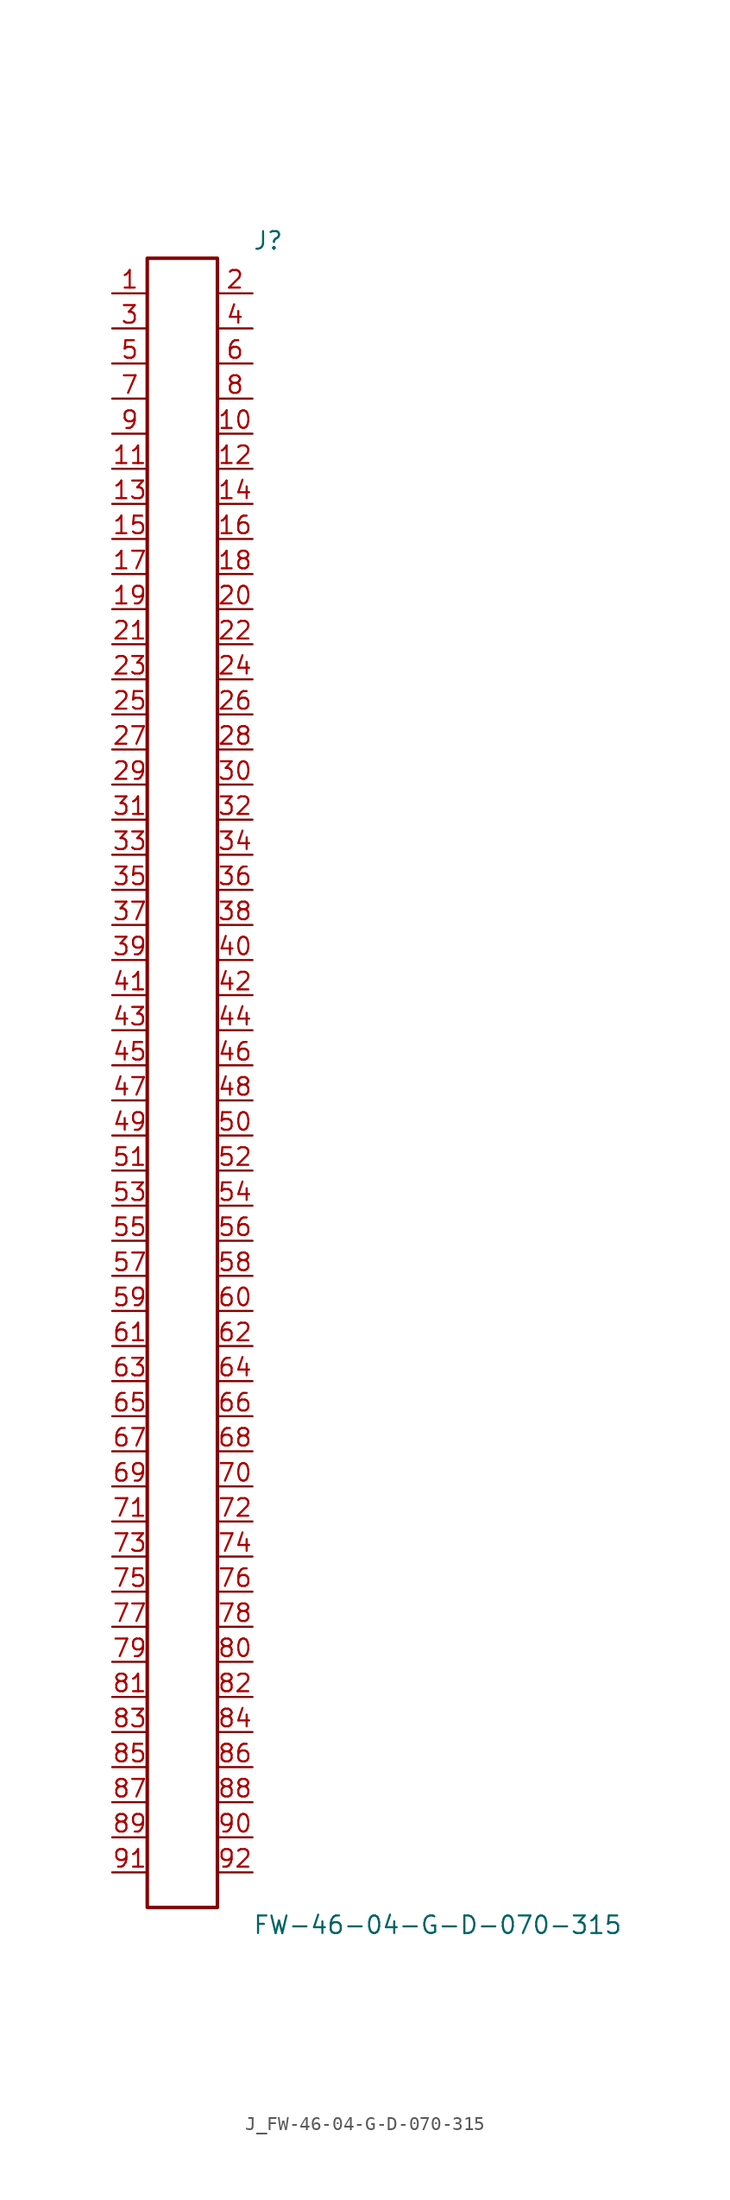
<source format=kicad_sym>
(kicad_symbol_lib
  (version 20231120)
  (generator kicad_symbol_editor)
  (generator_version 8.0)
  (symbol "J_FW-46-04-G-D-070-315"
    (pin_names
      (offset 0.254))
    (property "Reference" "J"
      (at 5.08 60.96 0)
      (effects (font (size 1.27 1.27)) (justify left)))
    (property "Value" "FW-46-04-G-D-070-315"
      (at 5.08 -60.96 0)
      (effects (font (size 1.27 1.27)) (justify left)))
    (symbol "J_FW-46-04-G-D-070-315_0_0"
      (pin passive line (at -5.08 57.15 0) (length 2.54) (name "" (effects (font (size 1.27 1.27)))) (number "1" (effects (font (size 1.27 1.27)))))
      (pin passive line (at 5.08 57.15 180) (length 2.54) (name "" (effects (font (size 1.27 1.27)))) (number "2" (effects (font (size 1.27 1.27)))))
      (pin passive line (at -5.08 54.61 0) (length 2.54) (name "" (effects (font (size 1.27 1.27)))) (number "3" (effects (font (size 1.27 1.27)))))
      (pin passive line (at 5.08 54.61 180) (length 2.54) (name "" (effects (font (size 1.27 1.27)))) (number "4" (effects (font (size 1.27 1.27)))))
      (pin passive line (at -5.08 52.07 0) (length 2.54) (name "" (effects (font (size 1.27 1.27)))) (number "5" (effects (font (size 1.27 1.27)))))
      (pin passive line (at 5.08 52.07 180) (length 2.54) (name "" (effects (font (size 1.27 1.27)))) (number "6" (effects (font (size 1.27 1.27)))))
      (pin passive line (at -5.08 49.53 0) (length 2.54) (name "" (effects (font (size 1.27 1.27)))) (number "7" (effects (font (size 1.27 1.27)))))
      (pin passive line (at 5.08 49.53 180) (length 2.54) (name "" (effects (font (size 1.27 1.27)))) (number "8" (effects (font (size 1.27 1.27)))))
      (pin passive line (at -5.08 46.99 0) (length 2.54) (name "" (effects (font (size 1.27 1.27)))) (number "9" (effects (font (size 1.27 1.27)))))
      (pin passive line (at 5.08 46.99 180) (length 2.54) (name "" (effects (font (size 1.27 1.27)))) (number "10" (effects (font (size 1.27 1.27)))))
      (pin passive line (at -5.08 44.45 0) (length 2.54) (name "" (effects (font (size 1.27 1.27)))) (number "11" (effects (font (size 1.27 1.27)))))
      (pin passive line (at 5.08 44.45 180) (length 2.54) (name "" (effects (font (size 1.27 1.27)))) (number "12" (effects (font (size 1.27 1.27)))))
      (pin passive line (at -5.08 41.91 0) (length 2.54) (name "" (effects (font (size 1.27 1.27)))) (number "13" (effects (font (size 1.27 1.27)))))
      (pin passive line (at 5.08 41.91 180) (length 2.54) (name "" (effects (font (size 1.27 1.27)))) (number "14" (effects (font (size 1.27 1.27)))))
      (pin passive line (at -5.08 39.37 0) (length 2.54) (name "" (effects (font (size 1.27 1.27)))) (number "15" (effects (font (size 1.27 1.27)))))
      (pin passive line (at 5.08 39.37 180) (length 2.54) (name "" (effects (font (size 1.27 1.27)))) (number "16" (effects (font (size 1.27 1.27)))))
      (pin passive line (at -5.08 36.83 0) (length 2.54) (name "" (effects (font (size 1.27 1.27)))) (number "17" (effects (font (size 1.27 1.27)))))
      (pin passive line (at 5.08 36.83 180) (length 2.54) (name "" (effects (font (size 1.27 1.27)))) (number "18" (effects (font (size 1.27 1.27)))))
      (pin passive line (at -5.08 34.29 0) (length 2.54) (name "" (effects (font (size 1.27 1.27)))) (number "19" (effects (font (size 1.27 1.27)))))
      (pin passive line (at 5.08 34.29 180) (length 2.54) (name "" (effects (font (size 1.27 1.27)))) (number "20" (effects (font (size 1.27 1.27)))))
      (pin passive line (at -5.08 31.75 0) (length 2.54) (name "" (effects (font (size 1.27 1.27)))) (number "21" (effects (font (size 1.27 1.27)))))
      (pin passive line (at 5.08 31.75 180) (length 2.54) (name "" (effects (font (size 1.27 1.27)))) (number "22" (effects (font (size 1.27 1.27)))))
      (pin passive line (at -5.08 29.21 0) (length 2.54) (name "" (effects (font (size 1.27 1.27)))) (number "23" (effects (font (size 1.27 1.27)))))
      (pin passive line (at 5.08 29.21 180) (length 2.54) (name "" (effects (font (size 1.27 1.27)))) (number "24" (effects (font (size 1.27 1.27)))))
      (pin passive line (at -5.08 26.67 0) (length 2.54) (name "" (effects (font (size 1.27 1.27)))) (number "25" (effects (font (size 1.27 1.27)))))
      (pin passive line (at 5.08 26.67 180) (length 2.54) (name "" (effects (font (size 1.27 1.27)))) (number "26" (effects (font (size 1.27 1.27)))))
      (pin passive line (at -5.08 24.13 0) (length 2.54) (name "" (effects (font (size 1.27 1.27)))) (number "27" (effects (font (size 1.27 1.27)))))
      (pin passive line (at 5.08 24.13 180) (length 2.54) (name "" (effects (font (size 1.27 1.27)))) (number "28" (effects (font (size 1.27 1.27)))))
      (pin passive line (at -5.08 21.59 0) (length 2.54) (name "" (effects (font (size 1.27 1.27)))) (number "29" (effects (font (size 1.27 1.27)))))
      (pin passive line (at 5.08 21.59 180) (length 2.54) (name "" (effects (font (size 1.27 1.27)))) (number "30" (effects (font (size 1.27 1.27)))))
      (pin passive line (at -5.08 19.05 0) (length 2.54) (name "" (effects (font (size 1.27 1.27)))) (number "31" (effects (font (size 1.27 1.27)))))
      (pin passive line (at 5.08 19.05 180) (length 2.54) (name "" (effects (font (size 1.27 1.27)))) (number "32" (effects (font (size 1.27 1.27)))))
      (pin passive line (at -5.08 16.51 0) (length 2.54) (name "" (effects (font (size 1.27 1.27)))) (number "33" (effects (font (size 1.27 1.27)))))
      (pin passive line (at 5.08 16.51 180) (length 2.54) (name "" (effects (font (size 1.27 1.27)))) (number "34" (effects (font (size 1.27 1.27)))))
      (pin passive line (at -5.08 13.97 0) (length 2.54) (name "" (effects (font (size 1.27 1.27)))) (number "35" (effects (font (size 1.27 1.27)))))
      (pin passive line (at 5.08 13.97 180) (length 2.54) (name "" (effects (font (size 1.27 1.27)))) (number "36" (effects (font (size 1.27 1.27)))))
      (pin passive line (at -5.08 11.43 0) (length 2.54) (name "" (effects (font (size 1.27 1.27)))) (number "37" (effects (font (size 1.27 1.27)))))
      (pin passive line (at 5.08 11.43 180) (length 2.54) (name "" (effects (font (size 1.27 1.27)))) (number "38" (effects (font (size 1.27 1.27)))))
      (pin passive line (at -5.08 8.89 0) (length 2.54) (name "" (effects (font (size 1.27 1.27)))) (number "39" (effects (font (size 1.27 1.27)))))
      (pin passive line (at 5.08 8.89 180) (length 2.54) (name "" (effects (font (size 1.27 1.27)))) (number "40" (effects (font (size 1.27 1.27)))))
      (pin passive line (at -5.08 6.35 0) (length 2.54) (name "" (effects (font (size 1.27 1.27)))) (number "41" (effects (font (size 1.27 1.27)))))
      (pin passive line (at 5.08 6.35 180) (length 2.54) (name "" (effects (font (size 1.27 1.27)))) (number "42" (effects (font (size 1.27 1.27)))))
      (pin passive line (at -5.08 3.81 0) (length 2.54) (name "" (effects (font (size 1.27 1.27)))) (number "43" (effects (font (size 1.27 1.27)))))
      (pin passive line (at 5.08 3.81 180) (length 2.54) (name "" (effects (font (size 1.27 1.27)))) (number "44" (effects (font (size 1.27 1.27)))))
      (pin passive line (at -5.08 1.27 0) (length 2.54) (name "" (effects (font (size 1.27 1.27)))) (number "45" (effects (font (size 1.27 1.27)))))
      (pin passive line (at 5.08 1.27 180) (length 2.54) (name "" (effects (font (size 1.27 1.27)))) (number "46" (effects (font (size 1.27 1.27)))))
      (pin passive line (at -5.08 -1.27 0) (length 2.54) (name "" (effects (font (size 1.27 1.27)))) (number "47" (effects (font (size 1.27 1.27)))))
      (pin passive line (at 5.08 -1.27 180) (length 2.54) (name "" (effects (font (size 1.27 1.27)))) (number "48" (effects (font (size 1.27 1.27)))))
      (pin passive line (at -5.08 -3.81 0) (length 2.54) (name "" (effects (font (size 1.27 1.27)))) (number "49" (effects (font (size 1.27 1.27)))))
      (pin passive line (at 5.08 -3.81 180) (length 2.54) (name "" (effects (font (size 1.27 1.27)))) (number "50" (effects (font (size 1.27 1.27)))))
      (pin passive line (at -5.08 -6.35 0) (length 2.54) (name "" (effects (font (size 1.27 1.27)))) (number "51" (effects (font (size 1.27 1.27)))))
      (pin passive line (at 5.08 -6.35 180) (length 2.54) (name "" (effects (font (size 1.27 1.27)))) (number "52" (effects (font (size 1.27 1.27)))))
      (pin passive line (at -5.08 -8.89 0) (length 2.54) (name "" (effects (font (size 1.27 1.27)))) (number "53" (effects (font (size 1.27 1.27)))))
      (pin passive line (at 5.08 -8.89 180) (length 2.54) (name "" (effects (font (size 1.27 1.27)))) (number "54" (effects (font (size 1.27 1.27)))))
      (pin passive line (at -5.08 -11.43 0) (length 2.54) (name "" (effects (font (size 1.27 1.27)))) (number "55" (effects (font (size 1.27 1.27)))))
      (pin passive line (at 5.08 -11.43 180) (length 2.54) (name "" (effects (font (size 1.27 1.27)))) (number "56" (effects (font (size 1.27 1.27)))))
      (pin passive line (at -5.08 -13.97 0) (length 2.54) (name "" (effects (font (size 1.27 1.27)))) (number "57" (effects (font (size 1.27 1.27)))))
      (pin passive line (at 5.08 -13.97 180) (length 2.54) (name "" (effects (font (size 1.27 1.27)))) (number "58" (effects (font (size 1.27 1.27)))))
      (pin passive line (at -5.08 -16.51 0) (length 2.54) (name "" (effects (font (size 1.27 1.27)))) (number "59" (effects (font (size 1.27 1.27)))))
      (pin passive line (at 5.08 -16.51 180) (length 2.54) (name "" (effects (font (size 1.27 1.27)))) (number "60" (effects (font (size 1.27 1.27)))))
      (pin passive line (at -5.08 -19.05 0) (length 2.54) (name "" (effects (font (size 1.27 1.27)))) (number "61" (effects (font (size 1.27 1.27)))))
      (pin passive line (at 5.08 -19.05 180) (length 2.54) (name "" (effects (font (size 1.27 1.27)))) (number "62" (effects (font (size 1.27 1.27)))))
      (pin passive line (at -5.08 -21.59 0) (length 2.54) (name "" (effects (font (size 1.27 1.27)))) (number "63" (effects (font (size 1.27 1.27)))))
      (pin passive line (at 5.08 -21.59 180) (length 2.54) (name "" (effects (font (size 1.27 1.27)))) (number "64" (effects (font (size 1.27 1.27)))))
      (pin passive line (at -5.08 -24.13 0) (length 2.54) (name "" (effects (font (size 1.27 1.27)))) (number "65" (effects (font (size 1.27 1.27)))))
      (pin passive line (at 5.08 -24.13 180) (length 2.54) (name "" (effects (font (size 1.27 1.27)))) (number "66" (effects (font (size 1.27 1.27)))))
      (pin passive line (at -5.08 -26.67 0) (length 2.54) (name "" (effects (font (size 1.27 1.27)))) (number "67" (effects (font (size 1.27 1.27)))))
      (pin passive line (at 5.08 -26.67 180) (length 2.54) (name "" (effects (font (size 1.27 1.27)))) (number "68" (effects (font (size 1.27 1.27)))))
      (pin passive line (at -5.08 -29.21 0) (length 2.54) (name "" (effects (font (size 1.27 1.27)))) (number "69" (effects (font (size 1.27 1.27)))))
      (pin passive line (at 5.08 -29.21 180) (length 2.54) (name "" (effects (font (size 1.27 1.27)))) (number "70" (effects (font (size 1.27 1.27)))))
      (pin passive line (at -5.08 -31.75 0) (length 2.54) (name "" (effects (font (size 1.27 1.27)))) (number "71" (effects (font (size 1.27 1.27)))))
      (pin passive line (at 5.08 -31.75 180) (length 2.54) (name "" (effects (font (size 1.27 1.27)))) (number "72" (effects (font (size 1.27 1.27)))))
      (pin passive line (at -5.08 -34.29 0) (length 2.54) (name "" (effects (font (size 1.27 1.27)))) (number "73" (effects (font (size 1.27 1.27)))))
      (pin passive line (at 5.08 -34.29 180) (length 2.54) (name "" (effects (font (size 1.27 1.27)))) (number "74" (effects (font (size 1.27 1.27)))))
      (pin passive line (at -5.08 -36.83 0) (length 2.54) (name "" (effects (font (size 1.27 1.27)))) (number "75" (effects (font (size 1.27 1.27)))))
      (pin passive line (at 5.08 -36.83 180) (length 2.54) (name "" (effects (font (size 1.27 1.27)))) (number "76" (effects (font (size 1.27 1.27)))))
      (pin passive line (at -5.08 -39.37 0) (length 2.54) (name "" (effects (font (size 1.27 1.27)))) (number "77" (effects (font (size 1.27 1.27)))))
      (pin passive line (at 5.08 -39.37 180) (length 2.54) (name "" (effects (font (size 1.27 1.27)))) (number "78" (effects (font (size 1.27 1.27)))))
      (pin passive line (at -5.08 -41.91 0) (length 2.54) (name "" (effects (font (size 1.27 1.27)))) (number "79" (effects (font (size 1.27 1.27)))))
      (pin passive line (at 5.08 -41.91 180) (length 2.54) (name "" (effects (font (size 1.27 1.27)))) (number "80" (effects (font (size 1.27 1.27)))))
      (pin passive line (at -5.08 -44.45 0) (length 2.54) (name "" (effects (font (size 1.27 1.27)))) (number "81" (effects (font (size 1.27 1.27)))))
      (pin passive line (at 5.08 -44.45 180) (length 2.54) (name "" (effects (font (size 1.27 1.27)))) (number "82" (effects (font (size 1.27 1.27)))))
      (pin passive line (at -5.08 -46.99 0) (length 2.54) (name "" (effects (font (size 1.27 1.27)))) (number "83" (effects (font (size 1.27 1.27)))))
      (pin passive line (at 5.08 -46.99 180) (length 2.54) (name "" (effects (font (size 1.27 1.27)))) (number "84" (effects (font (size 1.27 1.27)))))
      (pin passive line (at -5.08 -49.53 0) (length 2.54) (name "" (effects (font (size 1.27 1.27)))) (number "85" (effects (font (size 1.27 1.27)))))
      (pin passive line (at 5.08 -49.53 180) (length 2.54) (name "" (effects (font (size 1.27 1.27)))) (number "86" (effects (font (size 1.27 1.27)))))
      (pin passive line (at -5.08 -52.07 0) (length 2.54) (name "" (effects (font (size 1.27 1.27)))) (number "87" (effects (font (size 1.27 1.27)))))
      (pin passive line (at 5.08 -52.07 180) (length 2.54) (name "" (effects (font (size 1.27 1.27)))) (number "88" (effects (font (size 1.27 1.27)))))
      (pin passive line (at -5.08 -54.61 0) (length 2.54) (name "" (effects (font (size 1.27 1.27)))) (number "89" (effects (font (size 1.27 1.27)))))
      (pin passive line (at 5.08 -54.61 180) (length 2.54) (name "" (effects (font (size 1.27 1.27)))) (number "90" (effects (font (size 1.27 1.27)))))
      (pin passive line (at -5.08 -57.15 0) (length 2.54) (name "" (effects (font (size 1.27 1.27)))) (number "91" (effects (font (size 1.27 1.27)))))
      (pin passive line (at 5.08 -57.15 180) (length 2.54) (name "" (effects (font (size 1.27 1.27)))) (number "92" (effects (font (size 1.27 1.27))))))
    (symbol "J_FW-46-04-G-D-070-315_1_0"
      (rectangle (start -2.54 59.69) (end 2.54 -59.69) (stroke (width 0.254) (type solid)) (fill (type none))))))
</source>
